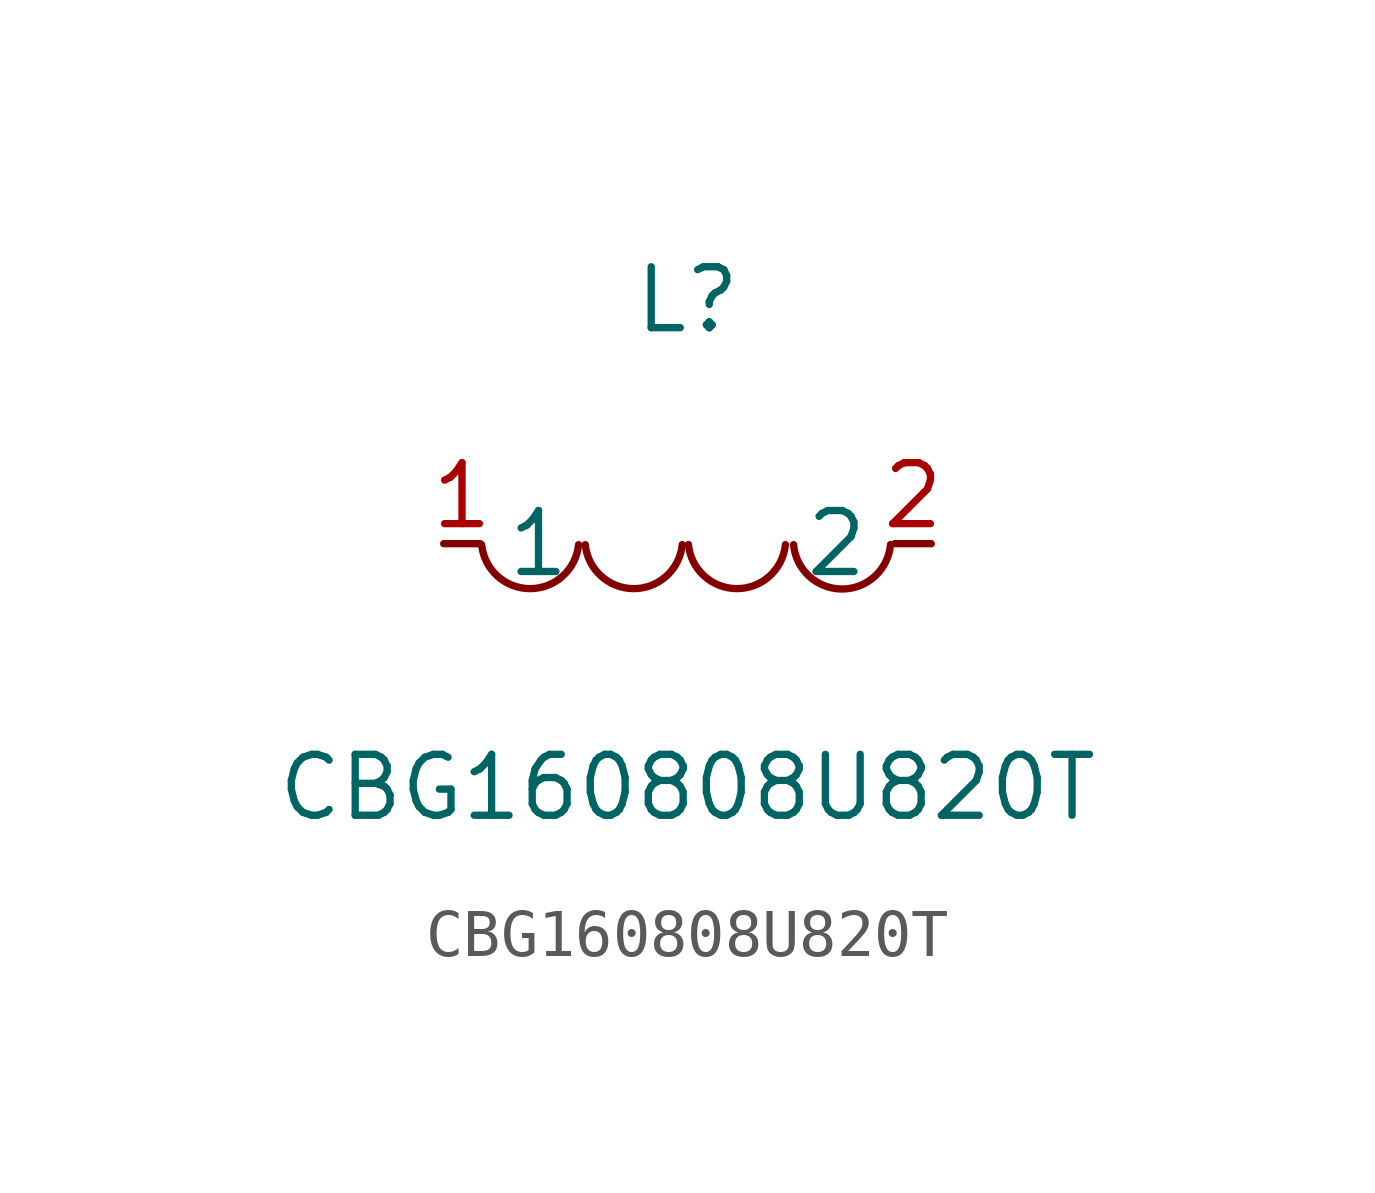
<source format=kicad_sym>
(kicad_symbol_lib
  (version 1)
  (generator "faebryk")
  (symbol "CBG160808U820T"
    (property "Reference" "L"
      (at 0 5.08 0)
      (effects (font (size 1.27 1.27)) (hide no)))
    (property "Value" "CBG160808U820T"
      (at 0 -5.08 0)
      (effects (font (size 1.27 1.27)) (hide no)))
    (symbol "CBG160808U820T_0_1"
      (arc (start -4.29 -0.02) (mid -2.52 -0.79) (end -2.27 -0.02) (stroke (width 0) (type default) (color 0 0 0 0)) (fill (type none)))
      (arc (start -2.13 -0.02) (mid -0.36 -0.79) (end -0.11 -0.02) (stroke (width 0) (type default) (color 0 0 0 0)) (fill (type none)))
      (arc (start 0.02 -0.02) (mid 1.79 -0.79) (end 2.04 -0.02) (stroke (width 0) (type default) (color 0 0 0 0)) (fill (type none)))
      (arc (start 2.21 -0.02) (mid 3.3 -1.12) (end 4.23 -0.02) (stroke (width 0) (type default) (color 0 0 0 0)) (fill (type none)))
      (pin unspecified line (at 5.08 0 180) (length 0.762) (name "2" (effects (font (size 1.27 1.27)) (hide no))) (number "2" (effects (font (size 1.27 1.27)) (hide no))))
      (pin unspecified line (at -5.08 0 0) (length 0.762) (name "1" (effects (font (size 1.27 1.27)) (hide no))) (number "1" (effects (font (size 1.27 1.27)) (hide no)))))))
</source>
